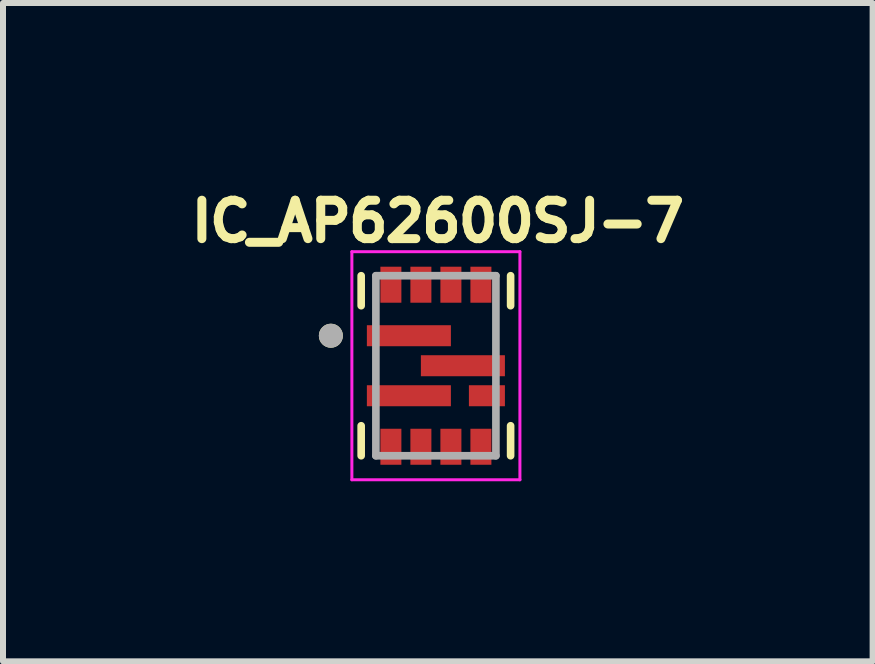
<source format=kicad_pcb>
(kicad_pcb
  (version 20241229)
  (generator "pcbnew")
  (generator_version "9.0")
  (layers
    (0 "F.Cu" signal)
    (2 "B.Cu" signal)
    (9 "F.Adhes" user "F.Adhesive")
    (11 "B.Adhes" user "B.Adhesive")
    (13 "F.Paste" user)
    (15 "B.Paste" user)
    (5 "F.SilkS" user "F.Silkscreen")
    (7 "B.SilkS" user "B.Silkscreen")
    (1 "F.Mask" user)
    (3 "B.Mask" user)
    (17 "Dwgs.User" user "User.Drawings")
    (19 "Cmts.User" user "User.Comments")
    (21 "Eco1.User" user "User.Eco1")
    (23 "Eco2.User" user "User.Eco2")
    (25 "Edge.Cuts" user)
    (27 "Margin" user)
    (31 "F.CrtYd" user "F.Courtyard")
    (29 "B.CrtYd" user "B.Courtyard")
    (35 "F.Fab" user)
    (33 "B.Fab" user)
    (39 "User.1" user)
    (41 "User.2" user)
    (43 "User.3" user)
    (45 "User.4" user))
  (footprint "IC_AP62600SJ-7"
    (layer "F.Cu")
    (at 4.213 3.044)
    (property "Reference" "IC_AP62600SJ-7" (at 0.032 -2.406 0) (layer "F.SilkS") (effects (font (size 0.64 0.64) (thickness 0.15))))
    (attr smd)
    (fp_line (start -1.245 -1.5) (end -1.245 -1) (stroke (width 0.127) (type solid)) (layer "F.SilkS"))
    (fp_line (start -1.245 1.5) (end -1.245 1) (stroke (width 0.127) (type solid)) (layer "F.SilkS"))
    (fp_line (start 1.245 -1.5) (end 1.245 -1) (stroke (width 0.127) (type solid)) (layer "F.SilkS"))
    (fp_line (start 1.245 1.5) (end 1.245 1) (stroke (width 0.127) (type solid)) (layer "F.SilkS"))
    (fp_circle (center -1.75 -0.5) (end -1.65 -0.5) (stroke (width 0.2) (type solid)) (fill no) (layer "F.SilkS"))
    (fp_line (start -1.4 -1.9) (end -1.4 1.9) (stroke (width 0.05) (type solid)) (layer "F.CrtYd"))
    (fp_line (start -1.4 1.9) (end 1.4 1.9) (stroke (width 0.05) (type solid)) (layer "F.CrtYd"))
    (fp_line (start 1.4 -1.9) (end -1.4 -1.9) (stroke (width 0.05) (type solid)) (layer "F.CrtYd"))
    (fp_line (start 1.4 1.9) (end 1.4 -1.9) (stroke (width 0.05) (type solid)) (layer "F.CrtYd"))
    (fp_line (start -1 -1.5) (end -1 1.5) (stroke (width 0.127) (type solid)) (layer "F.Fab"))
    (fp_line (start -1 -1.5) (end 1 -1.5) (stroke (width 0.127) (type solid)) (layer "F.Fab"))
    (fp_line (start 1 1.5) (end -1 1.5) (stroke (width 0.127) (type solid)) (layer "F.Fab"))
    (fp_line (start 1 1.5) (end 1 -1.5) (stroke (width 0.127) (type solid)) (layer "F.Fab"))
    (fp_circle (center -1.75 -0.5) (end -1.65 -0.5) (stroke (width 0.2) (type solid)) (fill no) (layer "F.Fab"))
    (pad "1" smd rect (at -0.45 -0.5) (size 1.4 0.35) (layers "F.Cu" "F.Mask" "F.Paste"))
    (pad "2" smd rect (at -0.45 0.5) (size 1.4 0.35) (layers "F.Cu" "F.Mask" "F.Paste"))
    (pad "3" smd rect (at -0.75 1.35) (size 0.35 0.6) (layers "F.Cu" "F.Mask" "F.Paste"))
    (pad "4" smd rect (at -0.25 1.35) (size 0.35 0.6) (layers "F.Cu" "F.Mask" "F.Paste"))
    (pad "5" smd rect (at 0.25 1.35) (size 0.35 0.6) (layers "F.Cu" "F.Mask" "F.Paste"))
    (pad "6" smd rect (at 0.75 1.35) (size 0.35 0.6) (layers "F.Cu" "F.Mask" "F.Paste"))
    (pad "7" smd rect (at 0.85 0.5) (size 0.6 0.35) (layers "F.Cu" "F.Mask" "F.Paste"))
    (pad "8" smd rect (at 0.45 0) (size 1.4 0.35) (layers "F.Cu" "F.Mask" "F.Paste"))
    (pad "9" smd rect (at 0.75 -1.35) (size 0.35 0.6) (layers "F.Cu" "F.Mask" "F.Paste"))
    (pad "10" smd rect (at 0.25 -1.35) (size 0.35 0.6) (layers "F.Cu" "F.Mask" "F.Paste"))
    (pad "11" smd rect (at -0.25 -1.35) (size 0.35 0.6) (layers "F.Cu" "F.Mask" "F.Paste"))
    (pad "12" smd rect (at -0.75 -1.35) (size 0.35 0.6) (layers "F.Cu" "F.Mask" "F.Paste")))
  (gr_rect
    (start -3 -3)
    (end 11.49 7.969)
    (stroke (width 0.1) (type default))
    (fill no)
    (layer "Edge.Cuts")))
</source>
